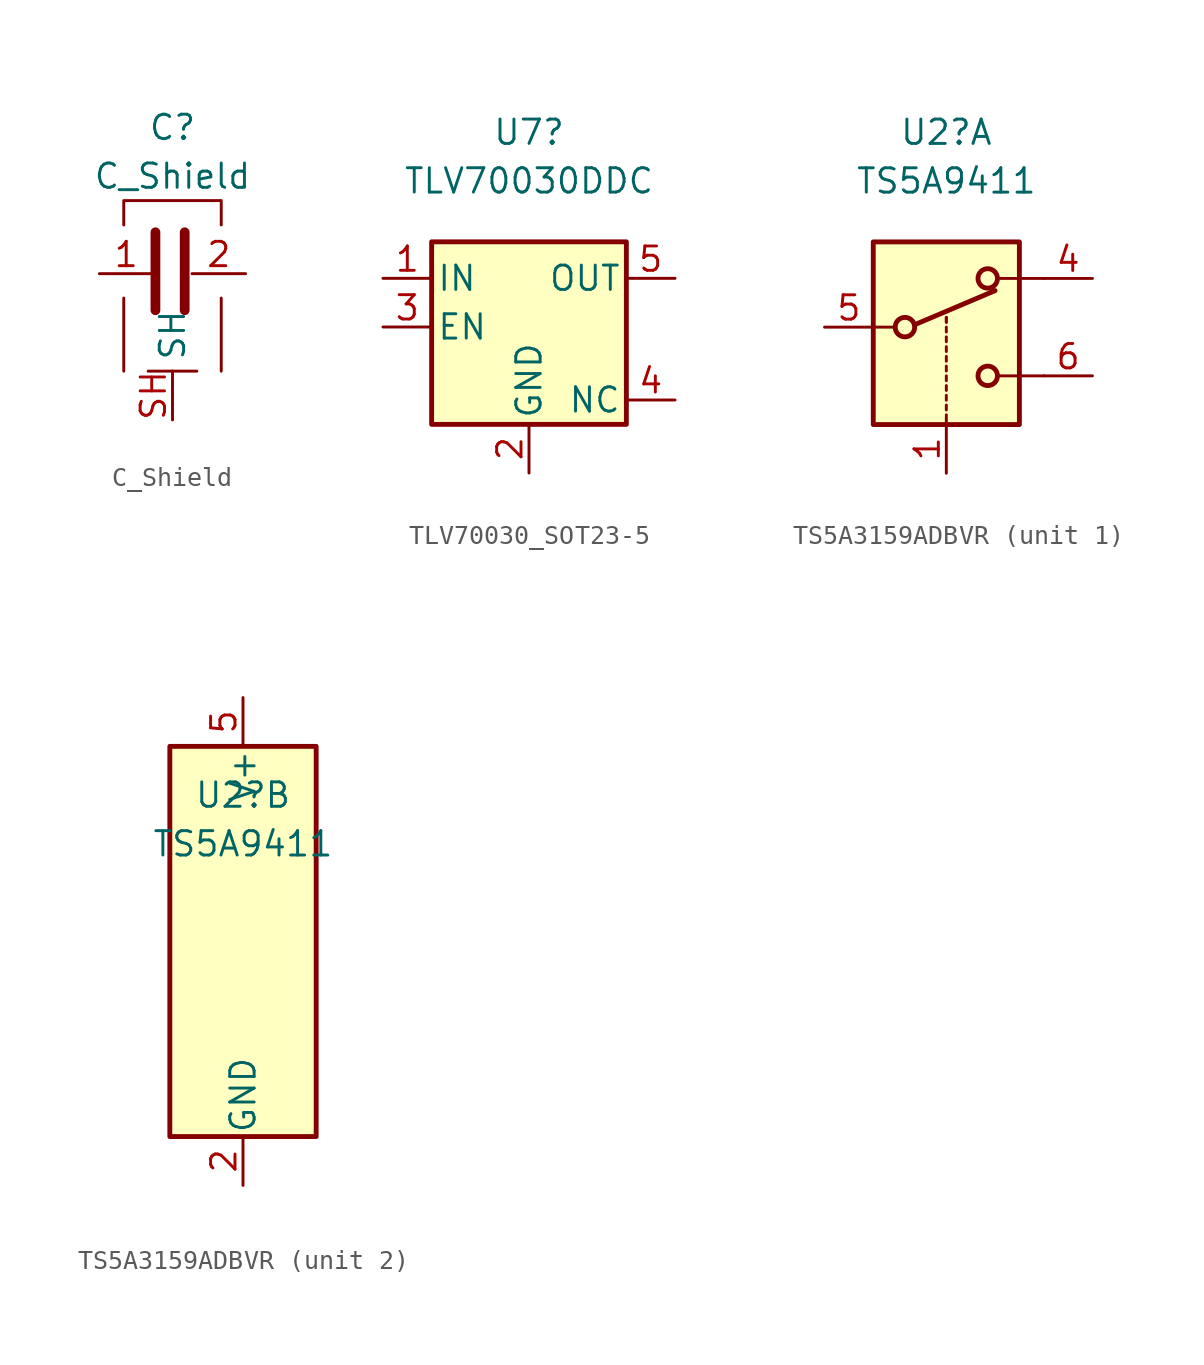
<source format=kicad_sym>
(kicad_symbol_lib
  (version 20211014)
  (generator kicad_symbol_editor)
  (symbol "C_Shield"
    (property "Reference" "C"
      (at 0 7.62 0)
      (effects (font (size 1.27 1.27))))
    (property "Value" "C_Shield"
      (at 0 5.08 0)
      (effects (font (size 1.27 1.27))))
    (symbol "C_Shield_0_1"
      (polyline (pts (xy -2.54 -5.08) (xy -2.54 -1.27)) (stroke (width 0) (type default) (color 0 0 0 0)) (fill (type none)))
      (polyline (pts (xy -0.889 -1.905) (xy -0.889 2.159)) (stroke (width 0.508) (type default) (color 0 0 0 0)) (fill (type none)))
      (polyline (pts (xy 0 -5.08) (xy -1.27 -5.08)) (stroke (width 0) (type default) (color 0 0 0 0)) (fill (type none)))
      (polyline (pts (xy 0 -5.08) (xy 1.27 -5.08)) (stroke (width 0) (type default) (color 0 0 0 0)) (fill (type none)))
      (polyline (pts (xy 0.635 -1.905) (xy 0.635 2.159)) (stroke (width 0.508) (type default) (color 0 0 0 0)) (fill (type none)))
      (polyline (pts (xy 2.54 -1.27) (xy 2.54 -5.08)) (stroke (width 0) (type default) (color 0 0 0 0)) (fill (type none)))
      (polyline (pts (xy -2.54 2.54) (xy -2.54 3.81) (xy 2.54 3.81) (xy 2.54 2.54)) (stroke (width 0) (type default) (color 0 0 0 0)) (fill (type none))))
    (symbol "C_Shield_1_1"
      (pin passive line (at -3.81 0 0) (length 2.794) (name "~" (effects (font (size 1.27 1.27)))) (number "1" (effects (font (size 1.27 1.27)))))
      (pin passive line (at 3.81 0 180) (length 2.794) (name "~" (effects (font (size 1.27 1.27)))) (number "2" (effects (font (size 1.27 1.27)))))
      (pin passive line (at 0 -7.62 90) (length 2.54) (name "SH" (effects (font (size 1.27 1.27)))) (number "SH" (effects (font (size 1.27 1.27)))))))
  (symbol "TLV70030_SOT23-5"
    (pin_names
      (offset 0.254))
    (property "Reference" "U7"
      (at 0 10.16 0)
      (effects (font (size 1.27 1.27))))
    (property "Value" "TLV70030DDC"
      (at 0 7.62 0)
      (effects (font (size 1.27 1.27))))
    (symbol "TLV70030_SOT23-5_0_1"
      (rectangle (start -5.08 4.445) (end 5.08 -5.08) (stroke (width 0.254) (type default) (color 0 0 0 0)) (fill (type background))))
    (symbol "TLV70030_SOT23-5_1_1"
      (pin power_in line (at -7.62 2.54 0) (length 2.54) (name "IN" (effects (font (size 1.27 1.27)))) (number "1" (effects (font (size 1.27 1.27)))))
      (pin power_in line (at 0 -7.62 90) (length 2.54) (name "GND" (effects (font (size 1.27 1.27)))) (number "2" (effects (font (size 1.27 1.27)))))
      (pin input line (at -7.62 0 0) (length 2.54) (name "EN" (effects (font (size 1.27 1.27)))) (number "3" (effects (font (size 1.27 1.27)))))
      (pin no_connect line (at 5.08 0 180) (length 2.54) hide (name "NC" (effects (font (size 1.27 1.27)))) (number "4" (effects (font (size 1.27 1.27)))))
      (pin passive line (at 7.62 -3.81 180) (length 2.54) (name "NC" (effects (font (size 1.27 1.27)))) (number "4" (effects (font (size 1.27 1.27)))))
      (pin power_out line (at 7.62 2.54 180) (length 2.54) (name "OUT" (effects (font (size 1.27 1.27)))) (number "5" (effects (font (size 1.27 1.27)))))))
  (symbol "TS5A3159ADBVR"
    (pin_names
      (offset 0.127))
    (property "Reference" "U2"
      (at 0 7.62 0)
      (effects (font (size 1.27 1.27))))
    (property "Value" "TS5A9411"
      (at 0 5.08 0)
      (effects (font (size 1.27 1.27))))
    (symbol "TS5A3159ADBVR_1_1"
      (rectangle (start -3.81 1.905) (end 3.81 -7.62) (stroke (width 0.254) (type default) (color 0 0 0 0)) (fill (type background)))
      (circle (center -2.159 -2.54) (radius 0.508) (stroke (width 0.254) (type default) (color 0 0 0 0)) (fill (type none)))
      (polyline (pts (xy -3.81 -2.54) (xy -2.794 -2.54)) (stroke (width 0) (type default) (color 0 0 0 0)) (fill (type none)))
      (polyline (pts (xy -1.651 -2.413) (xy 2.54 -0.635)) (stroke (width 0.254) (type default) (color 0 0 0 0)) (fill (type none)))
      (polyline (pts (xy 0 -7.62) (xy 0 -7.112)) (stroke (width 0) (type default) (color 0 0 0 0)) (fill (type none)))
      (polyline (pts (xy 0 -6.858) (xy 0 -6.604)) (stroke (width 0) (type default) (color 0 0 0 0)) (fill (type none)))
      (polyline (pts (xy 0 -6.35) (xy 0 -6.096)) (stroke (width 0) (type default) (color 0 0 0 0)) (fill (type none)))
      (polyline (pts (xy 0 -5.842) (xy 0 -5.588)) (stroke (width 0) (type default) (color 0 0 0 0)) (fill (type none)))
      (polyline (pts (xy 0 -5.334) (xy 0 -5.08)) (stroke (width 0) (type default) (color 0 0 0 0)) (fill (type none)))
      (polyline (pts (xy 0 -4.826) (xy 0 -4.572)) (stroke (width 0) (type default) (color 0 0 0 0)) (fill (type none)))
      (polyline (pts (xy 0 -4.318) (xy 0 -4.064)) (stroke (width 0) (type default) (color 0 0 0 0)) (fill (type none)))
      (polyline (pts (xy 0 -3.81) (xy 0 -3.556)) (stroke (width 0) (type default) (color 0 0 0 0)) (fill (type none)))
      (polyline (pts (xy 0 -3.302) (xy 0 -3.048)) (stroke (width 0) (type default) (color 0 0 0 0)) (fill (type none)))
      (polyline (pts (xy 0 -2.794) (xy 0 -2.54)) (stroke (width 0) (type default) (color 0 0 0 0)) (fill (type none)))
      (polyline (pts (xy 0 -2.286) (xy 0 -2.032)) (stroke (width 0) (type default) (color 0 0 0 0)) (fill (type none)))
      (polyline (pts (xy 0 -2.286) (xy 0 -2.032)) (stroke (width 0) (type default) (color 0 0 0 0)) (fill (type none)))
      (polyline (pts (xy 5.08 -5.08) (xy 2.794 -5.08)) (stroke (width 0) (type default) (color 0 0 0 0)) (fill (type none)))
      (polyline (pts (xy 5.08 0) (xy 2.794 0)) (stroke (width 0) (type default) (color 0 0 0 0)) (fill (type none)))
      (circle (center 2.159 -5.08) (radius 0.508) (stroke (width 0.254) (type default) (color 0 0 0 0)) (fill (type none)))
      (circle (center 2.159 0) (radius 0.508) (stroke (width 0.254) (type default) (color 0 0 0 0)) (fill (type none)))
      (pin input line (at 0 -10.16 90) (length 2.54) (name "~" (effects (font (size 1.27 1.27)))) (number "1" (effects (font (size 1.27 1.27)))))
      (pin passive line (at 7.62 0 180) (length 2.54) (name "~" (effects (font (size 1.27 1.27)))) (number "4" (effects (font (size 1.27 1.27)))))
      (pin passive line (at -6.35 -2.54 0) (length 2.54) (name "~" (effects (font (size 1.27 1.27)))) (number "5" (effects (font (size 1.27 1.27)))))
      (pin passive line (at 7.62 -5.08 180) (length 2.54) (name "~" (effects (font (size 1.27 1.27)))) (number "6" (effects (font (size 1.27 1.27))))))
    (symbol "TS5A3159ADBVR_2_0"
      (pin power_in line (at 0 -12.7 90) (length 2.54) (name "GND" (effects (font (size 1.27 1.27)))) (number "2" (effects (font (size 1.27 1.27)))))
      (pin power_in line (at 0 12.7 270) (length 2.54) (name "V+" (effects (font (size 1.27 1.27)))) (number "5" (effects (font (size 1.27 1.27))))))
    (symbol "TS5A3159ADBVR_2_1"
      (rectangle (start -3.81 10.16) (end 3.81 -10.16) (stroke (width 0.254) (type default) (color 0 0 0 0)) (fill (type background))))))
</source>
